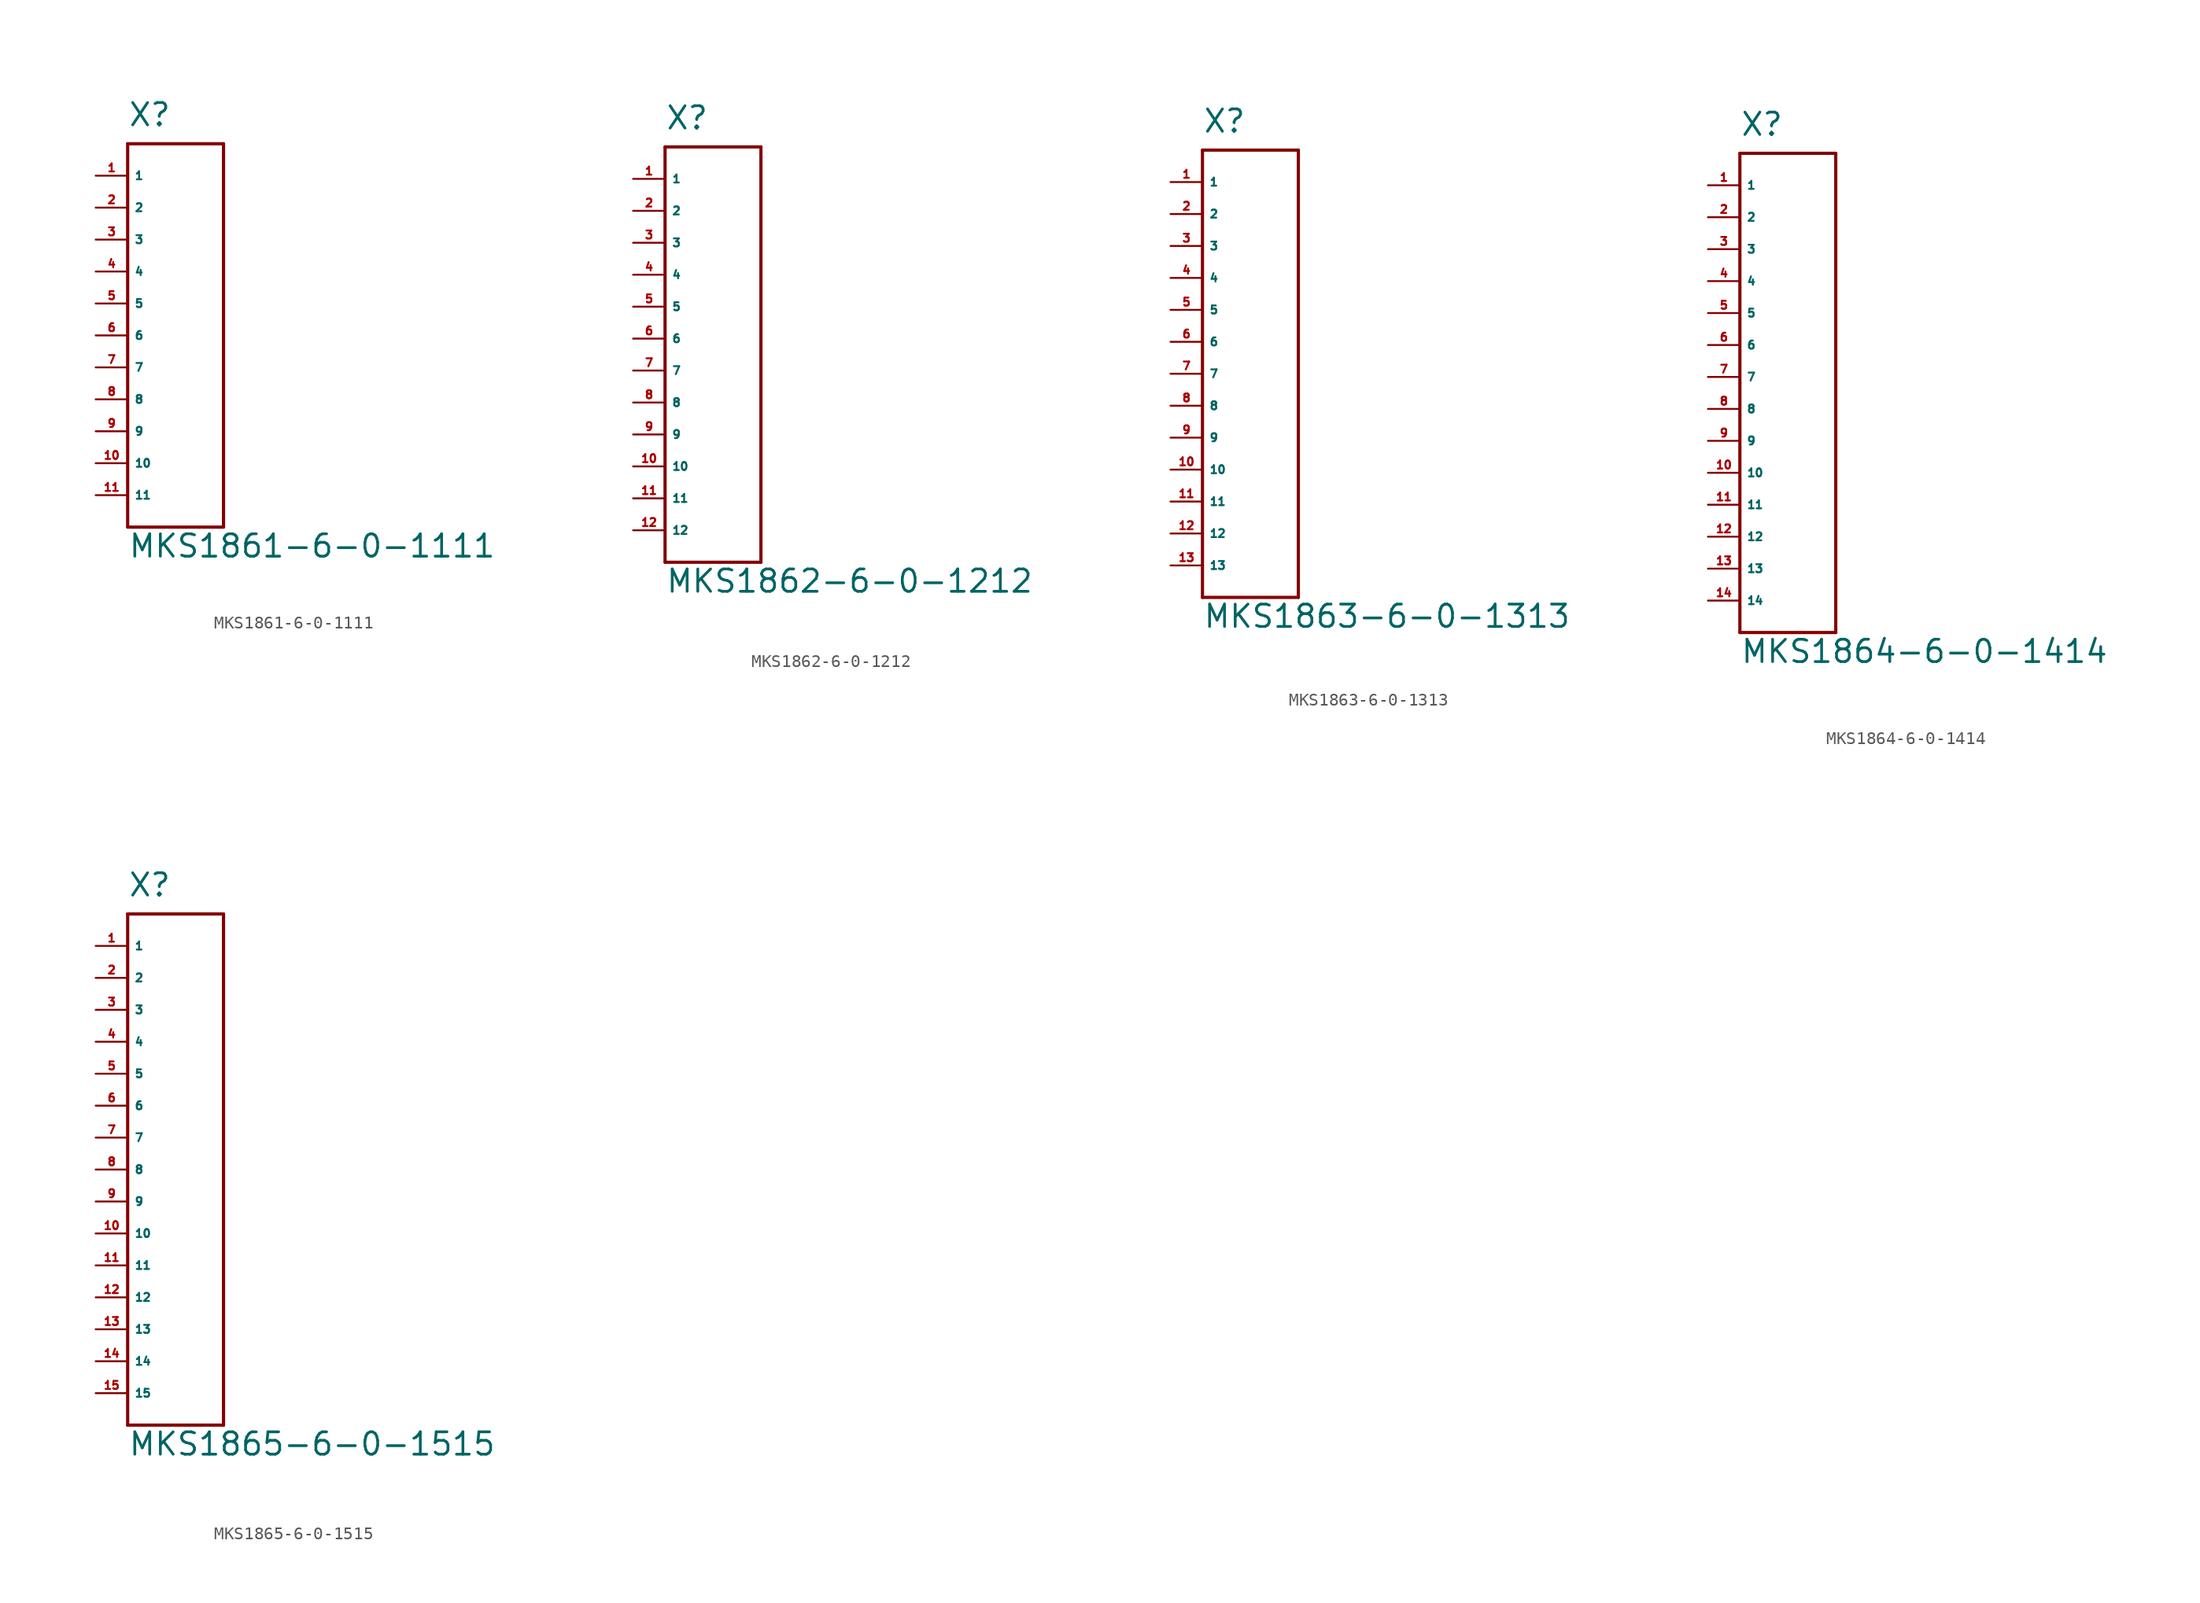
<source format=kicad_sym>
(kicad_symbol_lib
  (version 20220914)
  (generator Eagle2Kicad)
  (symbol "MKS1861-6-0-1111"
    (property "Reference" "X"
      (at -2.54 3.81 0)
      (effects (font (size 1.778 1.778) (thickness 0.22)) (justify left bottom)))
    (property "Value" "MKS1861-6-0-1111"
      (at -2.54 -30.48 0)
      (effects (font (size 1.778 1.778) (thickness 0.22)) (justify left bottom)))
    (polyline
      (pts (xy -2.54 2.54) (xy 5.08 2.54))
      (stroke (width 0.254) (type default))
      (fill (type none)))
    (polyline
      (pts (xy 5.08 2.54) (xy 5.08 -27.94))
      (stroke (width 0.254) (type default))
      (fill (type none)))
    (polyline
      (pts (xy 5.08 -27.94) (xy -2.54 -27.94))
      (stroke (width 0.254) (type default))
      (fill (type none)))
    (polyline
      (pts (xy -2.54 -27.94) (xy -2.54 2.54))
      (stroke (width 0.254) (type default))
      (fill (type none)))
    (pin input line
      (at -5.08 0 0)
      (length 2.54)
      (name "1" (effects (font (size 0.635 0.635) (thickness 0.08)) (justify left bottom)))
      (number "1" (effects (font (size 0.635 0.635) (thickness 0.08)) (justify left bottom))))
    (pin input line
      (at -5.08 -2.54 0)
      (length 2.54)
      (name "2" (effects (font (size 0.635 0.635) (thickness 0.08)) (justify left bottom)))
      (number "2" (effects (font (size 0.635 0.635) (thickness 0.08)) (justify left bottom))))
    (pin input line
      (at -5.08 -5.08 0)
      (length 2.54)
      (name "3" (effects (font (size 0.635 0.635) (thickness 0.08)) (justify left bottom)))
      (number "3" (effects (font (size 0.635 0.635) (thickness 0.08)) (justify left bottom))))
    (pin input line
      (at -5.08 -7.62 0)
      (length 2.54)
      (name "4" (effects (font (size 0.635 0.635) (thickness 0.08)) (justify left bottom)))
      (number "4" (effects (font (size 0.635 0.635) (thickness 0.08)) (justify left bottom))))
    (pin input line
      (at -5.08 -10.16 0)
      (length 2.54)
      (name "5" (effects (font (size 0.635 0.635) (thickness 0.08)) (justify left bottom)))
      (number "5" (effects (font (size 0.635 0.635) (thickness 0.08)) (justify left bottom))))
    (pin input line
      (at -5.08 -12.7 0)
      (length 2.54)
      (name "6" (effects (font (size 0.635 0.635) (thickness 0.08)) (justify left bottom)))
      (number "6" (effects (font (size 0.635 0.635) (thickness 0.08)) (justify left bottom))))
    (pin input line
      (at -5.08 -15.24 0)
      (length 2.54)
      (name "7" (effects (font (size 0.635 0.635) (thickness 0.08)) (justify left bottom)))
      (number "7" (effects (font (size 0.635 0.635) (thickness 0.08)) (justify left bottom))))
    (pin input line
      (at -5.08 -17.78 0)
      (length 2.54)
      (name "8" (effects (font (size 0.635 0.635) (thickness 0.08)) (justify left bottom)))
      (number "8" (effects (font (size 0.635 0.635) (thickness 0.08)) (justify left bottom))))
    (pin input line
      (at -5.08 -20.32 0)
      (length 2.54)
      (name "9" (effects (font (size 0.635 0.635) (thickness 0.08)) (justify left bottom)))
      (number "9" (effects (font (size 0.635 0.635) (thickness 0.08)) (justify left bottom))))
    (pin input line
      (at -5.08 -22.86 0)
      (length 2.54)
      (name "10" (effects (font (size 0.635 0.635) (thickness 0.08)) (justify left bottom)))
      (number "10" (effects (font (size 0.635 0.635) (thickness 0.08)) (justify left bottom))))
    (pin input line
      (at -5.08 -25.4 0)
      (length 2.54)
      (name "11" (effects (font (size 0.635 0.635) (thickness 0.08)) (justify left bottom)))
      (number "11" (effects (font (size 0.635 0.635) (thickness 0.08)) (justify left bottom)))))
  (symbol "MKS1862-6-0-1212"
    (property "Reference" "X"
      (at -2.54 3.81 0)
      (effects (font (size 1.778 1.778) (thickness 0.22)) (justify left bottom)))
    (property "Value" "MKS1862-6-0-1212"
      (at -2.54 -33.02 0)
      (effects (font (size 1.778 1.778) (thickness 0.22)) (justify left bottom)))
    (polyline
      (pts (xy -2.54 2.54) (xy 5.08 2.54))
      (stroke (width 0.254) (type default))
      (fill (type none)))
    (polyline
      (pts (xy 5.08 2.54) (xy 5.08 -30.48))
      (stroke (width 0.254) (type default))
      (fill (type none)))
    (polyline
      (pts (xy 5.08 -30.48) (xy -2.54 -30.48))
      (stroke (width 0.254) (type default))
      (fill (type none)))
    (polyline
      (pts (xy -2.54 -30.48) (xy -2.54 2.54))
      (stroke (width 0.254) (type default))
      (fill (type none)))
    (pin input line
      (at -5.08 0 0)
      (length 2.54)
      (name "1" (effects (font (size 0.635 0.635) (thickness 0.08)) (justify left bottom)))
      (number "1" (effects (font (size 0.635 0.635) (thickness 0.08)) (justify left bottom))))
    (pin input line
      (at -5.08 -2.54 0)
      (length 2.54)
      (name "2" (effects (font (size 0.635 0.635) (thickness 0.08)) (justify left bottom)))
      (number "2" (effects (font (size 0.635 0.635) (thickness 0.08)) (justify left bottom))))
    (pin input line
      (at -5.08 -5.08 0)
      (length 2.54)
      (name "3" (effects (font (size 0.635 0.635) (thickness 0.08)) (justify left bottom)))
      (number "3" (effects (font (size 0.635 0.635) (thickness 0.08)) (justify left bottom))))
    (pin input line
      (at -5.08 -7.62 0)
      (length 2.54)
      (name "4" (effects (font (size 0.635 0.635) (thickness 0.08)) (justify left bottom)))
      (number "4" (effects (font (size 0.635 0.635) (thickness 0.08)) (justify left bottom))))
    (pin input line
      (at -5.08 -10.16 0)
      (length 2.54)
      (name "5" (effects (font (size 0.635 0.635) (thickness 0.08)) (justify left bottom)))
      (number "5" (effects (font (size 0.635 0.635) (thickness 0.08)) (justify left bottom))))
    (pin input line
      (at -5.08 -12.7 0)
      (length 2.54)
      (name "6" (effects (font (size 0.635 0.635) (thickness 0.08)) (justify left bottom)))
      (number "6" (effects (font (size 0.635 0.635) (thickness 0.08)) (justify left bottom))))
    (pin input line
      (at -5.08 -15.24 0)
      (length 2.54)
      (name "7" (effects (font (size 0.635 0.635) (thickness 0.08)) (justify left bottom)))
      (number "7" (effects (font (size 0.635 0.635) (thickness 0.08)) (justify left bottom))))
    (pin input line
      (at -5.08 -17.78 0)
      (length 2.54)
      (name "8" (effects (font (size 0.635 0.635) (thickness 0.08)) (justify left bottom)))
      (number "8" (effects (font (size 0.635 0.635) (thickness 0.08)) (justify left bottom))))
    (pin input line
      (at -5.08 -20.32 0)
      (length 2.54)
      (name "9" (effects (font (size 0.635 0.635) (thickness 0.08)) (justify left bottom)))
      (number "9" (effects (font (size 0.635 0.635) (thickness 0.08)) (justify left bottom))))
    (pin input line
      (at -5.08 -22.86 0)
      (length 2.54)
      (name "10" (effects (font (size 0.635 0.635) (thickness 0.08)) (justify left bottom)))
      (number "10" (effects (font (size 0.635 0.635) (thickness 0.08)) (justify left bottom))))
    (pin input line
      (at -5.08 -25.4 0)
      (length 2.54)
      (name "11" (effects (font (size 0.635 0.635) (thickness 0.08)) (justify left bottom)))
      (number "11" (effects (font (size 0.635 0.635) (thickness 0.08)) (justify left bottom))))
    (pin input line
      (at -5.08 -27.94 0)
      (length 2.54)
      (name "12" (effects (font (size 0.635 0.635) (thickness 0.08)) (justify left bottom)))
      (number "12" (effects (font (size 0.635 0.635) (thickness 0.08)) (justify left bottom)))))
  (symbol "MKS1863-6-0-1313"
    (property "Reference" "X"
      (at -2.54 3.81 0)
      (effects (font (size 1.778 1.778) (thickness 0.22)) (justify left bottom)))
    (property "Value" "MKS1863-6-0-1313"
      (at -2.54 -35.56 0)
      (effects (font (size 1.778 1.778) (thickness 0.22)) (justify left bottom)))
    (polyline
      (pts (xy -2.54 2.54) (xy 5.08 2.54))
      (stroke (width 0.254) (type default))
      (fill (type none)))
    (polyline
      (pts (xy 5.08 2.54) (xy 5.08 -33.02))
      (stroke (width 0.254) (type default))
      (fill (type none)))
    (polyline
      (pts (xy 5.08 -33.02) (xy -2.54 -33.02))
      (stroke (width 0.254) (type default))
      (fill (type none)))
    (polyline
      (pts (xy -2.54 -33.02) (xy -2.54 2.54))
      (stroke (width 0.254) (type default))
      (fill (type none)))
    (pin input line
      (at -5.08 0 0)
      (length 2.54)
      (name "1" (effects (font (size 0.635 0.635) (thickness 0.08)) (justify left bottom)))
      (number "1" (effects (font (size 0.635 0.635) (thickness 0.08)) (justify left bottom))))
    (pin input line
      (at -5.08 -2.54 0)
      (length 2.54)
      (name "2" (effects (font (size 0.635 0.635) (thickness 0.08)) (justify left bottom)))
      (number "2" (effects (font (size 0.635 0.635) (thickness 0.08)) (justify left bottom))))
    (pin input line
      (at -5.08 -5.08 0)
      (length 2.54)
      (name "3" (effects (font (size 0.635 0.635) (thickness 0.08)) (justify left bottom)))
      (number "3" (effects (font (size 0.635 0.635) (thickness 0.08)) (justify left bottom))))
    (pin input line
      (at -5.08 -7.62 0)
      (length 2.54)
      (name "4" (effects (font (size 0.635 0.635) (thickness 0.08)) (justify left bottom)))
      (number "4" (effects (font (size 0.635 0.635) (thickness 0.08)) (justify left bottom))))
    (pin input line
      (at -5.08 -10.16 0)
      (length 2.54)
      (name "5" (effects (font (size 0.635 0.635) (thickness 0.08)) (justify left bottom)))
      (number "5" (effects (font (size 0.635 0.635) (thickness 0.08)) (justify left bottom))))
    (pin input line
      (at -5.08 -12.7 0)
      (length 2.54)
      (name "6" (effects (font (size 0.635 0.635) (thickness 0.08)) (justify left bottom)))
      (number "6" (effects (font (size 0.635 0.635) (thickness 0.08)) (justify left bottom))))
    (pin input line
      (at -5.08 -15.24 0)
      (length 2.54)
      (name "7" (effects (font (size 0.635 0.635) (thickness 0.08)) (justify left bottom)))
      (number "7" (effects (font (size 0.635 0.635) (thickness 0.08)) (justify left bottom))))
    (pin input line
      (at -5.08 -17.78 0)
      (length 2.54)
      (name "8" (effects (font (size 0.635 0.635) (thickness 0.08)) (justify left bottom)))
      (number "8" (effects (font (size 0.635 0.635) (thickness 0.08)) (justify left bottom))))
    (pin input line
      (at -5.08 -20.32 0)
      (length 2.54)
      (name "9" (effects (font (size 0.635 0.635) (thickness 0.08)) (justify left bottom)))
      (number "9" (effects (font (size 0.635 0.635) (thickness 0.08)) (justify left bottom))))
    (pin input line
      (at -5.08 -22.86 0)
      (length 2.54)
      (name "10" (effects (font (size 0.635 0.635) (thickness 0.08)) (justify left bottom)))
      (number "10" (effects (font (size 0.635 0.635) (thickness 0.08)) (justify left bottom))))
    (pin input line
      (at -5.08 -25.4 0)
      (length 2.54)
      (name "11" (effects (font (size 0.635 0.635) (thickness 0.08)) (justify left bottom)))
      (number "11" (effects (font (size 0.635 0.635) (thickness 0.08)) (justify left bottom))))
    (pin input line
      (at -5.08 -27.94 0)
      (length 2.54)
      (name "12" (effects (font (size 0.635 0.635) (thickness 0.08)) (justify left bottom)))
      (number "12" (effects (font (size 0.635 0.635) (thickness 0.08)) (justify left bottom))))
    (pin input line
      (at -5.08 -30.48 0)
      (length 2.54)
      (name "13" (effects (font (size 0.635 0.635) (thickness 0.08)) (justify left bottom)))
      (number "13" (effects (font (size 0.635 0.635) (thickness 0.08)) (justify left bottom)))))
  (symbol "MKS1864-6-0-1414"
    (property "Reference" "X"
      (at -2.54 3.81 0)
      (effects (font (size 1.778 1.778) (thickness 0.22)) (justify left bottom)))
    (property "Value" "MKS1864-6-0-1414"
      (at -2.54 -38.1 0)
      (effects (font (size 1.778 1.778) (thickness 0.22)) (justify left bottom)))
    (polyline
      (pts (xy -2.54 2.54) (xy 5.08 2.54))
      (stroke (width 0.254) (type default))
      (fill (type none)))
    (polyline
      (pts (xy 5.08 2.54) (xy 5.08 -35.56))
      (stroke (width 0.254) (type default))
      (fill (type none)))
    (polyline
      (pts (xy 5.08 -35.56) (xy -2.54 -35.56))
      (stroke (width 0.254) (type default))
      (fill (type none)))
    (polyline
      (pts (xy -2.54 -35.56) (xy -2.54 2.54))
      (stroke (width 0.254) (type default))
      (fill (type none)))
    (pin input line
      (at -5.08 0 0)
      (length 2.54)
      (name "1" (effects (font (size 0.635 0.635) (thickness 0.08)) (justify left bottom)))
      (number "1" (effects (font (size 0.635 0.635) (thickness 0.08)) (justify left bottom))))
    (pin input line
      (at -5.08 -2.54 0)
      (length 2.54)
      (name "2" (effects (font (size 0.635 0.635) (thickness 0.08)) (justify left bottom)))
      (number "2" (effects (font (size 0.635 0.635) (thickness 0.08)) (justify left bottom))))
    (pin input line
      (at -5.08 -5.08 0)
      (length 2.54)
      (name "3" (effects (font (size 0.635 0.635) (thickness 0.08)) (justify left bottom)))
      (number "3" (effects (font (size 0.635 0.635) (thickness 0.08)) (justify left bottom))))
    (pin input line
      (at -5.08 -7.62 0)
      (length 2.54)
      (name "4" (effects (font (size 0.635 0.635) (thickness 0.08)) (justify left bottom)))
      (number "4" (effects (font (size 0.635 0.635) (thickness 0.08)) (justify left bottom))))
    (pin input line
      (at -5.08 -10.16 0)
      (length 2.54)
      (name "5" (effects (font (size 0.635 0.635) (thickness 0.08)) (justify left bottom)))
      (number "5" (effects (font (size 0.635 0.635) (thickness 0.08)) (justify left bottom))))
    (pin input line
      (at -5.08 -12.7 0)
      (length 2.54)
      (name "6" (effects (font (size 0.635 0.635) (thickness 0.08)) (justify left bottom)))
      (number "6" (effects (font (size 0.635 0.635) (thickness 0.08)) (justify left bottom))))
    (pin input line
      (at -5.08 -15.24 0)
      (length 2.54)
      (name "7" (effects (font (size 0.635 0.635) (thickness 0.08)) (justify left bottom)))
      (number "7" (effects (font (size 0.635 0.635) (thickness 0.08)) (justify left bottom))))
    (pin input line
      (at -5.08 -17.78 0)
      (length 2.54)
      (name "8" (effects (font (size 0.635 0.635) (thickness 0.08)) (justify left bottom)))
      (number "8" (effects (font (size 0.635 0.635) (thickness 0.08)) (justify left bottom))))
    (pin input line
      (at -5.08 -20.32 0)
      (length 2.54)
      (name "9" (effects (font (size 0.635 0.635) (thickness 0.08)) (justify left bottom)))
      (number "9" (effects (font (size 0.635 0.635) (thickness 0.08)) (justify left bottom))))
    (pin input line
      (at -5.08 -22.86 0)
      (length 2.54)
      (name "10" (effects (font (size 0.635 0.635) (thickness 0.08)) (justify left bottom)))
      (number "10" (effects (font (size 0.635 0.635) (thickness 0.08)) (justify left bottom))))
    (pin input line
      (at -5.08 -25.4 0)
      (length 2.54)
      (name "11" (effects (font (size 0.635 0.635) (thickness 0.08)) (justify left bottom)))
      (number "11" (effects (font (size 0.635 0.635) (thickness 0.08)) (justify left bottom))))
    (pin input line
      (at -5.08 -27.94 0)
      (length 2.54)
      (name "12" (effects (font (size 0.635 0.635) (thickness 0.08)) (justify left bottom)))
      (number "12" (effects (font (size 0.635 0.635) (thickness 0.08)) (justify left bottom))))
    (pin input line
      (at -5.08 -30.48 0)
      (length 2.54)
      (name "13" (effects (font (size 0.635 0.635) (thickness 0.08)) (justify left bottom)))
      (number "13" (effects (font (size 0.635 0.635) (thickness 0.08)) (justify left bottom))))
    (pin input line
      (at -5.08 -33.02 0)
      (length 2.54)
      (name "14" (effects (font (size 0.635 0.635) (thickness 0.08)) (justify left bottom)))
      (number "14" (effects (font (size 0.635 0.635) (thickness 0.08)) (justify left bottom)))))
  (symbol "MKS1865-6-0-1515"
    (property "Reference" "X"
      (at -2.54 3.81 0)
      (effects (font (size 1.778 1.778) (thickness 0.22)) (justify left bottom)))
    (property "Value" "MKS1865-6-0-1515"
      (at -2.54 -40.64 0)
      (effects (font (size 1.778 1.778) (thickness 0.22)) (justify left bottom)))
    (polyline
      (pts (xy -2.54 2.54) (xy 5.08 2.54))
      (stroke (width 0.254) (type default))
      (fill (type none)))
    (polyline
      (pts (xy 5.08 2.54) (xy 5.08 -38.1))
      (stroke (width 0.254) (type default))
      (fill (type none)))
    (polyline
      (pts (xy 5.08 -38.1) (xy -2.54 -38.1))
      (stroke (width 0.254) (type default))
      (fill (type none)))
    (polyline
      (pts (xy -2.54 -38.1) (xy -2.54 2.54))
      (stroke (width 0.254) (type default))
      (fill (type none)))
    (pin input line
      (at -5.08 0 0)
      (length 2.54)
      (name "1" (effects (font (size 0.635 0.635) (thickness 0.08)) (justify left bottom)))
      (number "1" (effects (font (size 0.635 0.635) (thickness 0.08)) (justify left bottom))))
    (pin input line
      (at -5.08 -2.54 0)
      (length 2.54)
      (name "2" (effects (font (size 0.635 0.635) (thickness 0.08)) (justify left bottom)))
      (number "2" (effects (font (size 0.635 0.635) (thickness 0.08)) (justify left bottom))))
    (pin input line
      (at -5.08 -5.08 0)
      (length 2.54)
      (name "3" (effects (font (size 0.635 0.635) (thickness 0.08)) (justify left bottom)))
      (number "3" (effects (font (size 0.635 0.635) (thickness 0.08)) (justify left bottom))))
    (pin input line
      (at -5.08 -7.62 0)
      (length 2.54)
      (name "4" (effects (font (size 0.635 0.635) (thickness 0.08)) (justify left bottom)))
      (number "4" (effects (font (size 0.635 0.635) (thickness 0.08)) (justify left bottom))))
    (pin input line
      (at -5.08 -10.16 0)
      (length 2.54)
      (name "5" (effects (font (size 0.635 0.635) (thickness 0.08)) (justify left bottom)))
      (number "5" (effects (font (size 0.635 0.635) (thickness 0.08)) (justify left bottom))))
    (pin input line
      (at -5.08 -12.7 0)
      (length 2.54)
      (name "6" (effects (font (size 0.635 0.635) (thickness 0.08)) (justify left bottom)))
      (number "6" (effects (font (size 0.635 0.635) (thickness 0.08)) (justify left bottom))))
    (pin input line
      (at -5.08 -15.24 0)
      (length 2.54)
      (name "7" (effects (font (size 0.635 0.635) (thickness 0.08)) (justify left bottom)))
      (number "7" (effects (font (size 0.635 0.635) (thickness 0.08)) (justify left bottom))))
    (pin input line
      (at -5.08 -17.78 0)
      (length 2.54)
      (name "8" (effects (font (size 0.635 0.635) (thickness 0.08)) (justify left bottom)))
      (number "8" (effects (font (size 0.635 0.635) (thickness 0.08)) (justify left bottom))))
    (pin input line
      (at -5.08 -20.32 0)
      (length 2.54)
      (name "9" (effects (font (size 0.635 0.635) (thickness 0.08)) (justify left bottom)))
      (number "9" (effects (font (size 0.635 0.635) (thickness 0.08)) (justify left bottom))))
    (pin input line
      (at -5.08 -22.86 0)
      (length 2.54)
      (name "10" (effects (font (size 0.635 0.635) (thickness 0.08)) (justify left bottom)))
      (number "10" (effects (font (size 0.635 0.635) (thickness 0.08)) (justify left bottom))))
    (pin input line
      (at -5.08 -25.4 0)
      (length 2.54)
      (name "11" (effects (font (size 0.635 0.635) (thickness 0.08)) (justify left bottom)))
      (number "11" (effects (font (size 0.635 0.635) (thickness 0.08)) (justify left bottom))))
    (pin input line
      (at -5.08 -27.94 0)
      (length 2.54)
      (name "12" (effects (font (size 0.635 0.635) (thickness 0.08)) (justify left bottom)))
      (number "12" (effects (font (size 0.635 0.635) (thickness 0.08)) (justify left bottom))))
    (pin input line
      (at -5.08 -30.48 0)
      (length 2.54)
      (name "13" (effects (font (size 0.635 0.635) (thickness 0.08)) (justify left bottom)))
      (number "13" (effects (font (size 0.635 0.635) (thickness 0.08)) (justify left bottom))))
    (pin input line
      (at -5.08 -33.02 0)
      (length 2.54)
      (name "14" (effects (font (size 0.635 0.635) (thickness 0.08)) (justify left bottom)))
      (number "14" (effects (font (size 0.635 0.635) (thickness 0.08)) (justify left bottom))))
    (pin input line
      (at -5.08 -35.56 0)
      (length 2.54)
      (name "15" (effects (font (size 0.635 0.635) (thickness 0.08)) (justify left bottom)))
      (number "15" (effects (font (size 0.635 0.635) (thickness 0.08)) (justify left bottom))))))
</source>
